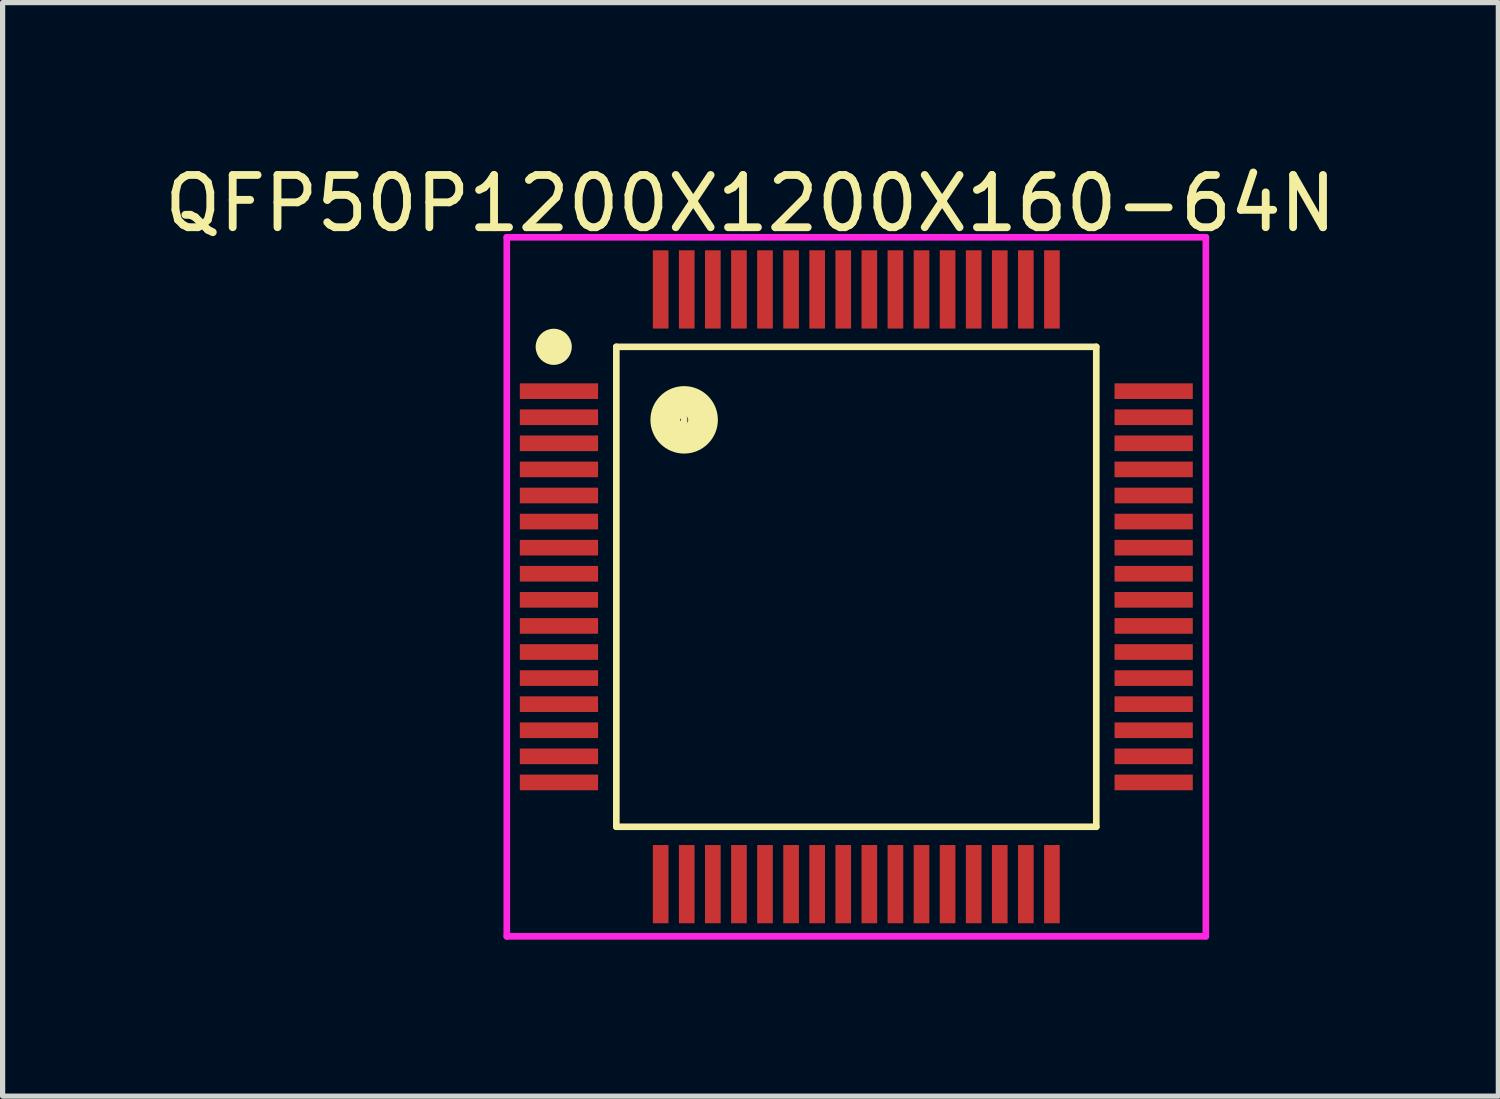
<source format=kicad_pcb>
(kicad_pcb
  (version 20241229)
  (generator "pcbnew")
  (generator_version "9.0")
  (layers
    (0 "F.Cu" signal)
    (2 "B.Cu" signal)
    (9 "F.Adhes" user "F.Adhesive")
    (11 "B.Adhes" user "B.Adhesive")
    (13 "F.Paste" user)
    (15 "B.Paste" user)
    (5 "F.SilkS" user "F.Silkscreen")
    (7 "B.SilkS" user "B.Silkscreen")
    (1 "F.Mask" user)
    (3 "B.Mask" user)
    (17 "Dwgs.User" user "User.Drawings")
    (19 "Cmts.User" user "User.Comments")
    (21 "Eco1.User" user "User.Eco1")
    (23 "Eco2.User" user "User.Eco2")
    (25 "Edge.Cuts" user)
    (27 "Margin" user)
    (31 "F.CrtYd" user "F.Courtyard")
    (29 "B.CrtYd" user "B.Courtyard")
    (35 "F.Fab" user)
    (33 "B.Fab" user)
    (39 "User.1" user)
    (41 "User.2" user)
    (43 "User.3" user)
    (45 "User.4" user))
  (footprint "QFP50P1200X1200X160-64N"
    (layer "F.Cu")
    (at 13.364 8.198)
    (property "Reference" "QFP50P1200X1200X160-64N" (at -2.029 -7.348 0) (layer "F.SilkS") (effects (font (size 1.002 1.002) (thickness 0.15))))
    (attr through_hole)
    (fp_line (start -4.6 -4.6) (end 4.6 -4.6) (stroke (width 0.127) (type solid)) (layer "F.SilkS"))
    (fp_line (start -4.6 4.6) (end -4.6 -4.6) (stroke (width 0.127) (type solid)) (layer "F.SilkS"))
    (fp_line (start 4.6 -4.6) (end 4.6 4.6) (stroke (width 0.127) (type solid)) (layer "F.SilkS"))
    (fp_line (start 4.6 4.6) (end -4.6 4.6) (stroke (width 0.127) (type solid)) (layer "F.SilkS"))
    (fp_circle (center -5.9 -4.6) (end -5.8 -4.6) (stroke (width 0.127) (type solid)) (fill no) (layer "F.SilkS"))
    (fp_circle (center -5.8 -4.6) (end -5.7 -4.6) (stroke (width 0.127) (type solid)) (fill no) (layer "F.SilkS"))
    (fp_circle (center -5.8 -4.6) (end -5.659 -4.6) (stroke (width 0.127) (type solid)) (fill no) (layer "F.SilkS"))
    (fp_circle (center -5.8 -4.6) (end -5.659 -4.6) (stroke (width 0.127) (type solid)) (fill no) (layer "F.SilkS"))
    (fp_circle (center -5.8 -4.6) (end -5.576 -4.6) (stroke (width 0.127) (type solid)) (fill no) (layer "F.SilkS"))
    (fp_circle (center -5.8 -4.6) (end -5.517 -4.6) (stroke (width 0.127) (type solid)) (fill no) (layer "F.SilkS"))
    (fp_circle (center -3.4 -3.2) (end -3.3 -3.2) (stroke (width 0.127) (type solid)) (fill no) (layer "F.SilkS"))
    (fp_circle (center -3.3 -3.2) (end -3.159 -3.2) (stroke (width 0.127) (type solid)) (fill no) (layer "F.SilkS"))
    (fp_circle (center -3.3 -3.2) (end -3.076 -3.2) (stroke (width 0.127) (type solid)) (fill no) (layer "F.SilkS"))
    (fp_circle (center -3.3 -3.2) (end -3.017 -3.2) (stroke (width 0.127) (type solid)) (fill no) (layer "F.SilkS"))
    (fp_circle (center -3.3 -3.2) (end -2.939 -3.2) (stroke (width 0.127) (type solid)) (fill no) (layer "F.SilkS"))
    (fp_circle (center -3.3 -3.2) (end -2.876 -3.2) (stroke (width 0.127) (type solid)) (fill no) (layer "F.SilkS"))
    (fp_circle (center -3.3 -3.2) (end -2.8 -3.2) (stroke (width 0.127) (type solid)) (fill no) (layer "F.SilkS"))
    (fp_circle (center -3.3 -3.2) (end -2.734 -3.2) (stroke (width 0.127) (type solid)) (fill no) (layer "F.SilkS"))
    (fp_circle (center -3.3 -3.2) (end -2.717 -3.2) (stroke (width 0.127) (type solid)) (fill no) (layer "F.SilkS"))
    (fp_line (start -6.7 -6.7) (end 6.7 -6.7) (stroke (width 0.127) (type solid)) (layer "F.CrtYd"))
    (fp_line (start -6.7 6.7) (end -6.7 -6.7) (stroke (width 0.127) (type solid)) (layer "F.CrtYd"))
    (fp_line (start 6.7 -6.7) (end 6.7 6.7) (stroke (width 0.127) (type solid)) (layer "F.CrtYd"))
    (fp_line (start 6.7 6.7) (end -6.7 6.7) (stroke (width 0.127) (type solid)) (layer "F.CrtYd"))
    (pad "1" smd rect (at -5.7 -3.75) (size 1.5 0.3) (layers "F.Cu" "F.Mask" "F.Paste"))
    (pad "2" smd rect (at -5.7 -3.25) (size 1.5 0.3) (layers "F.Cu" "F.Mask" "F.Paste"))
    (pad "3" smd rect (at -5.7 -2.75) (size 1.5 0.3) (layers "F.Cu" "F.Mask" "F.Paste"))
    (pad "4" smd rect (at -5.7 -2.25) (size 1.5 0.3) (layers "F.Cu" "F.Mask" "F.Paste"))
    (pad "5" smd rect (at -5.7 -1.75) (size 1.5 0.3) (layers "F.Cu" "F.Mask" "F.Paste"))
    (pad "6" smd rect (at -5.7 -1.25) (size 1.5 0.3) (layers "F.Cu" "F.Mask" "F.Paste"))
    (pad "7" smd rect (at -5.7 -0.75) (size 1.5 0.3) (layers "F.Cu" "F.Mask" "F.Paste"))
    (pad "8" smd rect (at -5.7 -0.25) (size 1.5 0.3) (layers "F.Cu" "F.Mask" "F.Paste"))
    (pad "9" smd rect (at -5.7 0.25) (size 1.5 0.3) (layers "F.Cu" "F.Mask" "F.Paste"))
    (pad "10" smd rect (at -5.7 0.75) (size 1.5 0.3) (layers "F.Cu" "F.Mask" "F.Paste"))
    (pad "11" smd rect (at -5.7 1.25) (size 1.5 0.3) (layers "F.Cu" "F.Mask" "F.Paste"))
    (pad "12" smd rect (at -5.7 1.75) (size 1.5 0.3) (layers "F.Cu" "F.Mask" "F.Paste"))
    (pad "13" smd rect (at -5.7 2.25) (size 1.5 0.3) (layers "F.Cu" "F.Mask" "F.Paste"))
    (pad "14" smd rect (at -5.7 2.75) (size 1.5 0.3) (layers "F.Cu" "F.Mask" "F.Paste"))
    (pad "15" smd rect (at -5.7 3.25) (size 1.5 0.3) (layers "F.Cu" "F.Mask" "F.Paste"))
    (pad "16" smd rect (at -5.7 3.75) (size 1.5 0.3) (layers "F.Cu" "F.Mask" "F.Paste"))
    (pad "17" smd rect (at -3.75 5.7) (size 0.3 1.5) (layers "F.Cu" "F.Mask" "F.Paste"))
    (pad "18" smd rect (at -3.25 5.7) (size 0.3 1.5) (layers "F.Cu" "F.Mask" "F.Paste"))
    (pad "19" smd rect (at -2.75 5.7) (size 0.3 1.5) (layers "F.Cu" "F.Mask" "F.Paste"))
    (pad "20" smd rect (at -2.25 5.7) (size 0.3 1.5) (layers "F.Cu" "F.Mask" "F.Paste"))
    (pad "21" smd rect (at -1.75 5.7) (size 0.3 1.5) (layers "F.Cu" "F.Mask" "F.Paste"))
    (pad "22" smd rect (at -1.25 5.7) (size 0.3 1.5) (layers "F.Cu" "F.Mask" "F.Paste"))
    (pad "23" smd rect (at -0.75 5.7) (size 0.3 1.5) (layers "F.Cu" "F.Mask" "F.Paste"))
    (pad "24" smd rect (at -0.25 5.7) (size 0.3 1.5) (layers "F.Cu" "F.Mask" "F.Paste"))
    (pad "25" smd rect (at 0.25 5.7) (size 0.3 1.5) (layers "F.Cu" "F.Mask" "F.Paste"))
    (pad "26" smd rect (at 0.75 5.7) (size 0.3 1.5) (layers "F.Cu" "F.Mask" "F.Paste"))
    (pad "27" smd rect (at 1.25 5.7) (size 0.3 1.5) (layers "F.Cu" "F.Mask" "F.Paste"))
    (pad "28" smd rect (at 1.75 5.7) (size 0.3 1.5) (layers "F.Cu" "F.Mask" "F.Paste"))
    (pad "29" smd rect (at 2.25 5.7) (size 0.3 1.5) (layers "F.Cu" "F.Mask" "F.Paste"))
    (pad "30" smd rect (at 2.75 5.7) (size 0.3 1.5) (layers "F.Cu" "F.Mask" "F.Paste"))
    (pad "31" smd rect (at 3.25 5.7) (size 0.3 1.5) (layers "F.Cu" "F.Mask" "F.Paste"))
    (pad "32" smd rect (at 3.75 5.7) (size 0.3 1.5) (layers "F.Cu" "F.Mask" "F.Paste"))
    (pad "33" smd rect (at 5.7 3.75) (size 1.5 0.3) (layers "F.Cu" "F.Mask" "F.Paste"))
    (pad "34" smd rect (at 5.7 3.25) (size 1.5 0.3) (layers "F.Cu" "F.Mask" "F.Paste"))
    (pad "35" smd rect (at 5.7 2.75) (size 1.5 0.3) (layers "F.Cu" "F.Mask" "F.Paste"))
    (pad "36" smd rect (at 5.7 2.25) (size 1.5 0.3) (layers "F.Cu" "F.Mask" "F.Paste"))
    (pad "37" smd rect (at 5.7 1.75) (size 1.5 0.3) (layers "F.Cu" "F.Mask" "F.Paste"))
    (pad "38" smd rect (at 5.7 1.25) (size 1.5 0.3) (layers "F.Cu" "F.Mask" "F.Paste"))
    (pad "39" smd rect (at 5.7 0.75) (size 1.5 0.3) (layers "F.Cu" "F.Mask" "F.Paste"))
    (pad "40" smd rect (at 5.7 0.25) (size 1.5 0.3) (layers "F.Cu" "F.Mask" "F.Paste"))
    (pad "41" smd rect (at 5.7 -0.25) (size 1.5 0.3) (layers "F.Cu" "F.Mask" "F.Paste"))
    (pad "42" smd rect (at 5.7 -0.75) (size 1.5 0.3) (layers "F.Cu" "F.Mask" "F.Paste"))
    (pad "43" smd rect (at 5.7 -1.25) (size 1.5 0.3) (layers "F.Cu" "F.Mask" "F.Paste"))
    (pad "44" smd rect (at 5.7 -1.75) (size 1.5 0.3) (layers "F.Cu" "F.Mask" "F.Paste"))
    (pad "45" smd rect (at 5.7 -2.25) (size 1.5 0.3) (layers "F.Cu" "F.Mask" "F.Paste"))
    (pad "46" smd rect (at 5.7 -2.75) (size 1.5 0.3) (layers "F.Cu" "F.Mask" "F.Paste"))
    (pad "47" smd rect (at 5.7 -3.25) (size 1.5 0.3) (layers "F.Cu" "F.Mask" "F.Paste"))
    (pad "48" smd rect (at 5.7 -3.75) (size 1.5 0.3) (layers "F.Cu" "F.Mask" "F.Paste"))
    (pad "49" smd rect (at 3.75 -5.7) (size 0.3 1.5) (layers "F.Cu" "F.Mask" "F.Paste"))
    (pad "50" smd rect (at 3.25 -5.7) (size 0.3 1.5) (layers "F.Cu" "F.Mask" "F.Paste"))
    (pad "51" smd rect (at 2.75 -5.7) (size 0.3 1.5) (layers "F.Cu" "F.Mask" "F.Paste"))
    (pad "52" smd rect (at 2.25 -5.7) (size 0.3 1.5) (layers "F.Cu" "F.Mask" "F.Paste"))
    (pad "53" smd rect (at 1.75 -5.7) (size 0.3 1.5) (layers "F.Cu" "F.Mask" "F.Paste"))
    (pad "54" smd rect (at 1.25 -5.7) (size 0.3 1.5) (layers "F.Cu" "F.Mask" "F.Paste"))
    (pad "55" smd rect (at 0.75 -5.7) (size 0.3 1.5) (layers "F.Cu" "F.Mask" "F.Paste"))
    (pad "56" smd rect (at 0.25 -5.7) (size 0.3 1.5) (layers "F.Cu" "F.Mask" "F.Paste"))
    (pad "57" smd rect (at -0.25 -5.7) (size 0.3 1.5) (layers "F.Cu" "F.Mask" "F.Paste"))
    (pad "58" smd rect (at -0.75 -5.7) (size 0.3 1.5) (layers "F.Cu" "F.Mask" "F.Paste"))
    (pad "59" smd rect (at -1.25 -5.7) (size 0.3 1.5) (layers "F.Cu" "F.Mask" "F.Paste"))
    (pad "60" smd rect (at -1.75 -5.7) (size 0.3 1.5) (layers "F.Cu" "F.Mask" "F.Paste"))
    (pad "61" smd rect (at -2.25 -5.7) (size 0.3 1.5) (layers "F.Cu" "F.Mask" "F.Paste"))
    (pad "62" smd rect (at -2.75 -5.7) (size 0.3 1.5) (layers "F.Cu" "F.Mask" "F.Paste"))
    (pad "63" smd rect (at -3.25 -5.7) (size 0.3 1.5) (layers "F.Cu" "F.Mask" "F.Paste"))
    (pad "64" smd rect (at -3.75 -5.7) (size 0.3 1.5) (layers "F.Cu" "F.Mask" "F.Paste")))
  (gr_rect
    (start -3 -3)
    (end 25.671 17.961)
    (stroke (width 0.1) (type default))
    (fill no)
    (layer "Edge.Cuts")))
</source>
